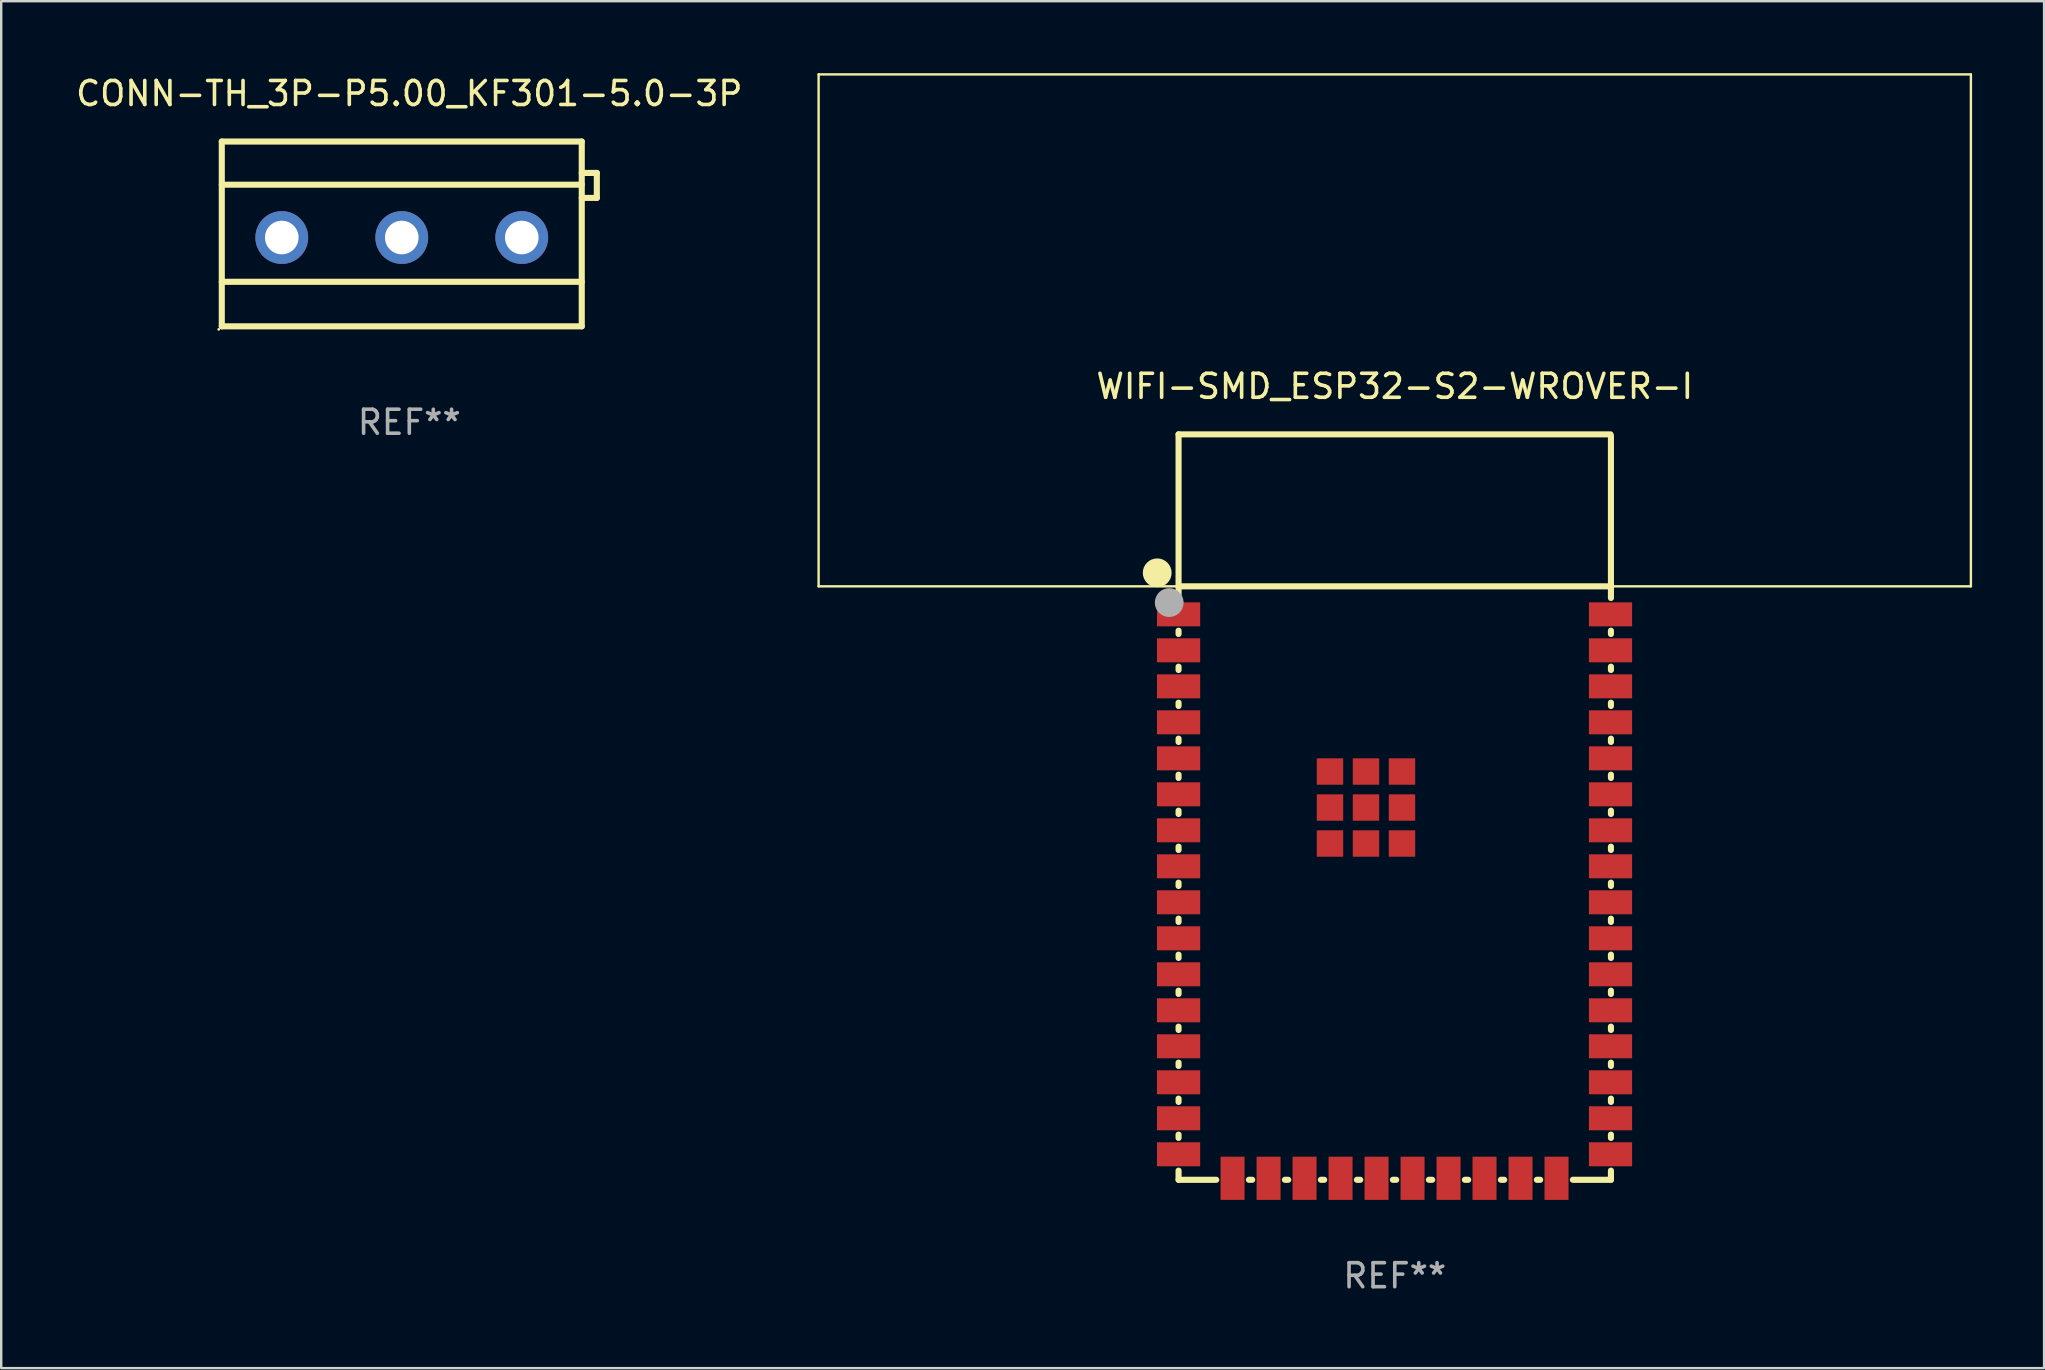
<source format=kicad_pcb>
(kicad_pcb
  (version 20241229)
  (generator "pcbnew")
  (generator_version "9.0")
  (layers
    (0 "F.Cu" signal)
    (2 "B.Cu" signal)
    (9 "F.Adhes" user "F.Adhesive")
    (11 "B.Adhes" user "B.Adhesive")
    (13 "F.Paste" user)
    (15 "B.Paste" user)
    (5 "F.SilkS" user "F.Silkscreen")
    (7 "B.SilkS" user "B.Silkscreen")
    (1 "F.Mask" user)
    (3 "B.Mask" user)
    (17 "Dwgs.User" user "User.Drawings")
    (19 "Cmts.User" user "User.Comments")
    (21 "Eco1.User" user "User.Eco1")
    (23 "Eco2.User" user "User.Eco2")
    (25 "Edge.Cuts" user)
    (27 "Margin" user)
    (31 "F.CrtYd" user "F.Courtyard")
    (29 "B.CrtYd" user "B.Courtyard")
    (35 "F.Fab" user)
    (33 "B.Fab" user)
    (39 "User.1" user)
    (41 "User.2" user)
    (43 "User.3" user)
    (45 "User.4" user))
  (footprint "WIFI-SMD_ESP32-S2-WROVER-I"
    (layer "F.Cu")
    (at 55.062 34.3)
    (property "Reference" "WIFI-SMD_ESP32-S2-WROVER-I" (at 0.009 -21.25 0) (layer "F.SilkS") (effects (font (size 1 1) (thickness 0.15))))
    (attr smd)
    (fp_line (start -24 -34.25) (end 24.017 -34.25) (stroke (width 0.1) (type default)) (layer "F.SilkS"))
    (fp_line (start -24 -12.917) (end -24 -34.25) (stroke (width 0.1) (type default)) (layer "F.SilkS"))
    (fp_line (start -9 -19.25) (end -9 -12.431) (stroke (width 0.254) (type solid)) (layer "F.SilkS"))
    (fp_line (start -9 -12.917) (end -24 -12.917) (stroke (width 0.1) (type default)) (layer "F.SilkS"))
    (fp_line (start -9 -12.917) (end 9.017 -12.917) (stroke (width 0.254) (type solid)) (layer "F.SilkS"))
    (fp_line (start -9 -11.069) (end -9 -10.931) (stroke (width 0.254) (type solid)) (layer "F.SilkS"))
    (fp_line (start -9 -9.569) (end -9 -9.431) (stroke (width 0.254) (type solid)) (layer "F.SilkS"))
    (fp_line (start -9 -8.069) (end -9 -7.931) (stroke (width 0.254) (type solid)) (layer "F.SilkS"))
    (fp_line (start -9 -6.569) (end -9 -6.431) (stroke (width 0.254) (type solid)) (layer "F.SilkS"))
    (fp_line (start -9 -5.069) (end -9 -4.931) (stroke (width 0.254) (type solid)) (layer "F.SilkS"))
    (fp_line (start -9 -3.569) (end -9 -3.431) (stroke (width 0.254) (type solid)) (layer "F.SilkS"))
    (fp_line (start -9 -2.069) (end -9 -1.931) (stroke (width 0.254) (type solid)) (layer "F.SilkS"))
    (fp_line (start -9 -0.569) (end -9 -0.431) (stroke (width 0.254) (type solid)) (layer "F.SilkS"))
    (fp_line (start -9 0.931) (end -9 1.069) (stroke (width 0.254) (type solid)) (layer "F.SilkS"))
    (fp_line (start -9 2.431) (end -9 2.569) (stroke (width 0.254) (type solid)) (layer "F.SilkS"))
    (fp_line (start -9 3.931) (end -9 4.069) (stroke (width 0.254) (type solid)) (layer "F.SilkS"))
    (fp_line (start -9 5.431) (end -9 5.569) (stroke (width 0.254) (type solid)) (layer "F.SilkS"))
    (fp_line (start -9 6.931) (end -9 7.069) (stroke (width 0.254) (type solid)) (layer "F.SilkS"))
    (fp_line (start -9 8.431) (end -9 8.569) (stroke (width 0.254) (type solid)) (layer "F.SilkS"))
    (fp_line (start -9 9.931) (end -9 10.069) (stroke (width 0.254) (type solid)) (layer "F.SilkS"))
    (fp_line (start -9 11.431) (end -9 11.813) (stroke (width 0.254) (type solid)) (layer "F.SilkS"))
    (fp_line (start -9 11.813) (end -7.431 11.813) (stroke (width 0.254) (type solid)) (layer "F.SilkS"))
    (fp_line (start -6.069 11.813) (end -5.931 11.813) (stroke (width 0.254) (type solid)) (layer "F.SilkS"))
    (fp_line (start -4.569 11.813) (end -4.431 11.813) (stroke (width 0.254) (type solid)) (layer "F.SilkS"))
    (fp_line (start -3.069 11.813) (end -2.931 11.813) (stroke (width 0.254) (type solid)) (layer "F.SilkS"))
    (fp_line (start -1.569 11.813) (end -1.431 11.813) (stroke (width 0.254) (type solid)) (layer "F.SilkS"))
    (fp_line (start -0.069 11.813) (end 0.069 11.813) (stroke (width 0.254) (type solid)) (layer "F.SilkS"))
    (fp_line (start 1.431 11.813) (end 1.569 11.813) (stroke (width 0.254) (type solid)) (layer "F.SilkS"))
    (fp_line (start 2.931 11.813) (end 3.069 11.813) (stroke (width 0.254) (type solid)) (layer "F.SilkS"))
    (fp_line (start 4.431 11.813) (end 4.569 11.813) (stroke (width 0.254) (type solid)) (layer "F.SilkS"))
    (fp_line (start 5.931 11.813) (end 6.069 11.813) (stroke (width 0.254) (type solid)) (layer "F.SilkS"))
    (fp_line (start 7.431 11.813) (end 9.017 11.813) (stroke (width 0.254) (type solid)) (layer "F.SilkS"))
    (fp_line (start 9 -19.25) (end -9 -19.25) (stroke (width 0.254) (type solid)) (layer "F.SilkS"))
    (fp_line (start 9.017 -12.431) (end 9.017 -19.175) (stroke (width 0.254) (type solid)) (layer "F.SilkS"))
    (fp_line (start 9.017 -10.931) (end 9.017 -11.069) (stroke (width 0.254) (type solid)) (layer "F.SilkS"))
    (fp_line (start 9.017 -9.431) (end 9.017 -9.569) (stroke (width 0.254) (type solid)) (layer "F.SilkS"))
    (fp_line (start 9.017 -7.931) (end 9.017 -8.069) (stroke (width 0.254) (type solid)) (layer "F.SilkS"))
    (fp_line (start 9.017 -6.431) (end 9.017 -6.569) (stroke (width 0.254) (type solid)) (layer "F.SilkS"))
    (fp_line (start 9.017 -4.931) (end 9.017 -5.069) (stroke (width 0.254) (type solid)) (layer "F.SilkS"))
    (fp_line (start 9.017 -3.431) (end 9.017 -3.569) (stroke (width 0.254) (type solid)) (layer "F.SilkS"))
    (fp_line (start 9.017 -1.931) (end 9.017 -2.069) (stroke (width 0.254) (type solid)) (layer "F.SilkS"))
    (fp_line (start 9.017 -0.431) (end 9.017 -0.569) (stroke (width 0.254) (type solid)) (layer "F.SilkS"))
    (fp_line (start 9.017 1.069) (end 9.017 0.931) (stroke (width 0.254) (type solid)) (layer "F.SilkS"))
    (fp_line (start 9.017 2.569) (end 9.017 2.431) (stroke (width 0.254) (type solid)) (layer "F.SilkS"))
    (fp_line (start 9.017 4.069) (end 9.017 3.931) (stroke (width 0.254) (type solid)) (layer "F.SilkS"))
    (fp_line (start 9.017 5.569) (end 9.017 5.431) (stroke (width 0.254) (type solid)) (layer "F.SilkS"))
    (fp_line (start 9.017 7.069) (end 9.017 6.931) (stroke (width 0.254) (type solid)) (layer "F.SilkS"))
    (fp_line (start 9.017 8.569) (end 9.017 8.431) (stroke (width 0.254) (type solid)) (layer "F.SilkS"))
    (fp_line (start 9.017 10.069) (end 9.017 9.931) (stroke (width 0.254) (type solid)) (layer "F.SilkS"))
    (fp_line (start 9.017 11.813) (end 9.017 11.431) (stroke (width 0.254) (type solid)) (layer "F.SilkS"))
    (fp_line (start 24.017 -12.917) (end 9.017 -12.917) (stroke (width 0.1) (type default)) (layer "F.SilkS"))
    (fp_line (start 24.017 -12.917) (end 24.017 -34.25) (stroke (width 0.1) (type default)) (layer "F.SilkS"))
    (fp_circle (center -9.89 -13.48) (end -9.59 -13.48) (stroke (width 0.6) (type solid)) (fill no) (layer "F.SilkS"))
    (fp_circle (center -9 -19.25) (end -8.97 -19.25) (stroke (width 0.06) (type solid)) (fill no) (layer "F.SilkS"))
    (fp_circle (center -9.39 -12.24) (end -9.09 -12.24) (stroke (width 0.6) (type solid)) (fill no) (layer "F.Fab"))
    (fp_text user "REF**" (at 0.009 15.813 0) (layer "F.Fab") (effects (font (size 1 1) (thickness 0.15))))
    (pad "1" smd rect (at -9 -11.75) (size 1.8 1) (layers "F.Cu" "F.Mask" "F.Paste"))
    (pad "2" smd rect (at -9 -10.25) (size 1.8 1) (layers "F.Cu" "F.Mask" "F.Paste"))
    (pad "3" smd rect (at -9 -8.75) (size 1.8 1) (layers "F.Cu" "F.Mask" "F.Paste"))
    (pad "4" smd rect (at -9 -7.25) (size 1.8 1) (layers "F.Cu" "F.Mask" "F.Paste"))
    (pad "5" smd rect (at -9 -5.75) (size 1.8 1) (layers "F.Cu" "F.Mask" "F.Paste"))
    (pad "6" smd rect (at -9 -4.25) (size 1.8 1) (layers "F.Cu" "F.Mask" "F.Paste"))
    (pad "7" smd rect (at -9 -2.75) (size 1.8 1) (layers "F.Cu" "F.Mask" "F.Paste"))
    (pad "8" smd rect (at -9 -1.25) (size 1.8 1) (layers "F.Cu" "F.Mask" "F.Paste"))
    (pad "9" smd rect (at -9 0.25) (size 1.8 1) (layers "F.Cu" "F.Mask" "F.Paste"))
    (pad "10" smd rect (at -9 1.75) (size 1.8 1) (layers "F.Cu" "F.Mask" "F.Paste"))
    (pad "11" smd rect (at -9 3.25) (size 1.8 1) (layers "F.Cu" "F.Mask" "F.Paste"))
    (pad "12" smd rect (at -9 4.75) (size 1.8 1) (layers "F.Cu" "F.Mask" "F.Paste"))
    (pad "13" smd rect (at -9 6.25) (size 1.8 1) (layers "F.Cu" "F.Mask" "F.Paste"))
    (pad "14" smd rect (at -9 7.75) (size 1.8 1) (layers "F.Cu" "F.Mask" "F.Paste"))
    (pad "15" smd rect (at -9 9.25) (size 1.8 1) (layers "F.Cu" "F.Mask" "F.Paste"))
    (pad "16" smd rect (at -9 10.75) (size 1.8 1) (layers "F.Cu" "F.Mask" "F.Paste"))
    (pad "17" smd rect (at -6.75 11.75) (size 1 1.8) (layers "F.Cu" "F.Mask" "F.Paste"))
    (pad "18" smd rect (at -5.25 11.75) (size 1 1.8) (layers "F.Cu" "F.Mask" "F.Paste"))
    (pad "19" smd rect (at -3.75 11.75) (size 1 1.8) (layers "F.Cu" "F.Mask" "F.Paste"))
    (pad "20" smd rect (at -2.25 11.75) (size 1 1.8) (layers "F.Cu" "F.Mask" "F.Paste"))
    (pad "21" smd rect (at -0.75 11.75) (size 1 1.8) (layers "F.Cu" "F.Mask" "F.Paste"))
    (pad "22" smd rect (at 0.75 11.75) (size 1 1.8) (layers "F.Cu" "F.Mask" "F.Paste"))
    (pad "23" smd rect (at 2.25 11.75) (size 1 1.8) (layers "F.Cu" "F.Mask" "F.Paste"))
    (pad "24" smd rect (at 3.75 11.75) (size 1 1.8) (layers "F.Cu" "F.Mask" "F.Paste"))
    (pad "25" smd rect (at 5.25 11.75) (size 1 1.8) (layers "F.Cu" "F.Mask" "F.Paste"))
    (pad "26" smd rect (at 6.75 11.75) (size 1 1.8) (layers "F.Cu" "F.Mask" "F.Paste"))
    (pad "27" smd rect (at 9 10.75) (size 1.8 1) (layers "F.Cu" "F.Mask" "F.Paste"))
    (pad "28" smd rect (at 9 9.25) (size 1.8 1) (layers "F.Cu" "F.Mask" "F.Paste"))
    (pad "29" smd rect (at 9 7.75) (size 1.8 1) (layers "F.Cu" "F.Mask" "F.Paste"))
    (pad "30" smd rect (at 9 6.25) (size 1.8 1) (layers "F.Cu" "F.Mask" "F.Paste"))
    (pad "31" smd rect (at 9 4.75) (size 1.8 1) (layers "F.Cu" "F.Mask" "F.Paste"))
    (pad "32" smd rect (at 9 3.25) (size 1.8 1) (layers "F.Cu" "F.Mask" "F.Paste"))
    (pad "33" smd rect (at 9 1.75) (size 1.8 1) (layers "F.Cu" "F.Mask" "F.Paste"))
    (pad "34" smd rect (at 9 0.25) (size 1.8 1) (layers "F.Cu" "F.Mask" "F.Paste"))
    (pad "35" smd rect (at 9 -1.25) (size 1.8 1) (layers "F.Cu" "F.Mask" "F.Paste"))
    (pad "36" smd rect (at 9 -2.75) (size 1.8 1) (layers "F.Cu" "F.Mask" "F.Paste"))
    (pad "37" smd rect (at 9 -4.25) (size 1.8 1) (layers "F.Cu" "F.Mask" "F.Paste"))
    (pad "38" smd rect (at 9 -5.75) (size 1.8 1) (layers "F.Cu" "F.Mask" "F.Paste"))
    (pad "39" smd rect (at 9 -7.25) (size 1.8 1) (layers "F.Cu" "F.Mask" "F.Paste"))
    (pad "40" smd rect (at 9 -8.75) (size 1.8 1) (layers "F.Cu" "F.Mask" "F.Paste"))
    (pad "41" smd rect (at 9 -10.25) (size 1.8 1) (layers "F.Cu" "F.Mask" "F.Paste"))
    (pad "42" smd rect (at 9 -11.75) (size 1.8 1) (layers "F.Cu" "F.Mask" "F.Paste"))
    (pad "43" smd rect (at -2.69 -5.2 90) (size 1.1 1.1) (layers "F.Cu" "F.Mask" "F.Paste"))
    (pad "43" smd rect (at -2.69 -3.7 90) (size 1.1 1.1) (layers "F.Cu" "F.Mask" "F.Paste"))
    (pad "43" smd rect (at -2.69 -2.2 90) (size 1.1 1.1) (layers "F.Cu" "F.Mask" "F.Paste"))
    (pad "43" smd rect (at -1.19 -5.2 90) (size 1.1 1.1) (layers "F.Cu" "F.Mask" "F.Paste"))
    (pad "43" smd rect (at -1.19 -3.7 90) (size 1.1 1.1) (layers "F.Cu" "F.Mask" "F.Paste"))
    (pad "43" smd rect (at -1.19 -2.2 90) (size 1.1 1.1) (layers "F.Cu" "F.Mask" "F.Paste"))
    (pad "43" smd rect (at 0.31 -5.2 90) (size 1.1 1.1) (layers "F.Cu" "F.Mask" "F.Paste"))
    (pad "43" smd rect (at 0.31 -3.7 90) (size 1.1 1.1) (layers "F.Cu" "F.Mask" "F.Paste"))
    (pad "43" smd rect (at 0.31 -2.2 90) (size 1.1 1.1) (layers "F.Cu" "F.Mask" "F.Paste"))
    (zone (net_name "") (layers "F.Cu" "B.Cu") (name "WIFI KEEP-OUT ZONE") (hatch full 0.5) (connect_pads) (min_thickness 0.25) (filled_areas_thickness no) (keepout (tracks not_allowed) (vias not_allowed) (pads not_allowed) (copperpour not_allowed) (footprints not_allowed)) (placement (enabled no)) (fill) (polygon (pts (xy 31.062 21.383) (xy 31.062 0.05) (xy 79.079 0.05) (xy 79.079 21.383) (xy 64.079 21.383)))))
  (footprint "CONN-TH_3P-P5.00_KF301-5.0-3P"
    (layer "F.Cu")
    (at 13.692 6.848)
    (property "Reference" "CONN-TH_3P-P5.00_KF301-5.0-3P" (at 0.314 -6 0) (layer "F.SilkS") (effects (font (size 1 1) (thickness 0.15))))
    (attr through_hole)
    (fp_line (start -7.5 -4) (end -7.5 3.7) (stroke (width 0.254) (type solid)) (layer "F.SilkS"))
    (fp_line (start -7.5 -4) (end 7.5 -4) (stroke (width 0.254) (type solid)) (layer "F.SilkS"))
    (fp_line (start -7.5 -2.201) (end 7.5 -2.201) (stroke (width 0.254) (type solid)) (layer "F.SilkS"))
    (fp_line (start -7.5 1.845) (end 7.5 1.845) (stroke (width 0.254) (type solid)) (layer "F.SilkS"))
    (fp_line (start -7.5 3.7) (end 7.5 3.7) (stroke (width 0.254) (type solid)) (layer "F.SilkS"))
    (fp_line (start 7.5 -4) (end 7.5 3.7) (stroke (width 0.254) (type solid)) (layer "F.SilkS"))
    (fp_line (start 7.5 -2.692) (end 8.128 -2.692) (stroke (width 0.254) (type solid)) (layer "F.SilkS"))
    (fp_line (start 8.128 -2.692) (end 8.128 -1.651) (stroke (width 0.254) (type solid)) (layer "F.SilkS"))
    (fp_line (start 8.128 -1.651) (end 7.5 -1.651) (stroke (width 0.254) (type solid)) (layer "F.SilkS"))
    (fp_circle (center -7.627 3.827) (end -7.597 3.827) (stroke (width 0.06) (type solid)) (fill no) (layer "F.SilkS"))
    (fp_text user "REF**" (at 0.314 7.7 0) (layer "F.Fab") (effects (font (size 1 1) (thickness 0.15))))
    (pad "1" thru_hole circle (at -5 0) (size 2.2 2.2) (drill 1.4) (layers "*.Cu" "*.Mask"))
    (pad "2" thru_hole circle (at 0 0) (size 2.2 2.2) (drill 1.4) (layers "*.Cu" "*.Mask"))
    (pad "3" thru_hole circle (at 5 0) (size 2.2 2.2) (drill 1.4) (layers "*.Cu" "*.Mask")))
  (gr_rect
    (start -3 -3)
    (end 82.129 53.961)
    (stroke (width 0.1) (type default))
    (fill no)
    (layer "Edge.Cuts")))
</source>
